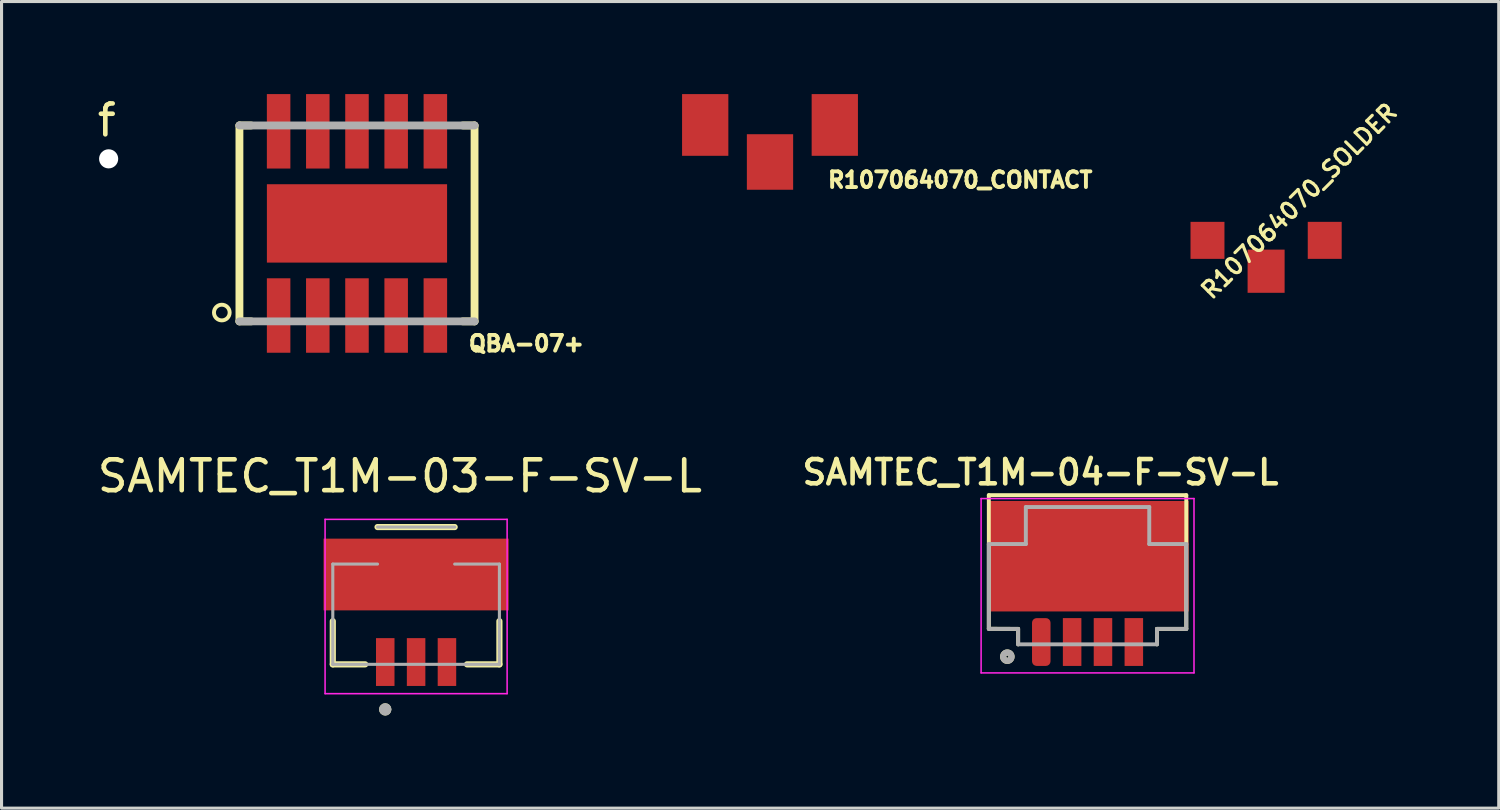
<source format=kicad_pcb>
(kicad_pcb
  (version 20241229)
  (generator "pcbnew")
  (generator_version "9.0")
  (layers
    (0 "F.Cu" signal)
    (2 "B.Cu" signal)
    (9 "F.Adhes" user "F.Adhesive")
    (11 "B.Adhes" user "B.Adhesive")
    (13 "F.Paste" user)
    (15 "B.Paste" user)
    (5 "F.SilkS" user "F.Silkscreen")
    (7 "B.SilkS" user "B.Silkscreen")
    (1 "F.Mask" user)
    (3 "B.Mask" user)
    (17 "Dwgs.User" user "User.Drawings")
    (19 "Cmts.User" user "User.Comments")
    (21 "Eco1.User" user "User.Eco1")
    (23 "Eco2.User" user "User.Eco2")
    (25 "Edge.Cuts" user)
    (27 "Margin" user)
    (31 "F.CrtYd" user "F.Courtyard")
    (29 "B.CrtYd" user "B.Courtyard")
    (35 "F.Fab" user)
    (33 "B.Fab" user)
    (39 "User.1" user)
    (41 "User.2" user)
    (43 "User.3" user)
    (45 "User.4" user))
  (footprint "QBA-07+"
    (layer "F.Cu")
    (at 8.52 4.191)
    (property "Reference" "QBA-07+" (at 3.556 4.191 0) (layer "F.SilkS") (effects (font (size 0.508 0.508) (thickness 0.127)) (justify left bottom)))
    (fp_line (start -3.81 -3.175) (end -3.81 3.175) (stroke (width 0.254) (type solid)) (layer "F.SilkS"))
    (fp_line (start -3.81 3.175) (end -3.429 3.175) (stroke (width 0.254) (type solid)) (layer "F.SilkS"))
    (fp_line (start -3.429 -3.175) (end -3.81 -3.175) (stroke (width 0.254) (type solid)) (layer "F.SilkS"))
    (fp_line (start 3.429 -3.175) (end 3.81 -3.175) (stroke (width 0.254) (type solid)) (layer "F.SilkS"))
    (fp_line (start 3.81 -3.175) (end 3.81 3.175) (stroke (width 0.254) (type solid)) (layer "F.SilkS"))
    (fp_line (start 3.81 3.175) (end 3.429 3.175) (stroke (width 0.254) (type solid)) (layer "F.SilkS"))
    (fp_circle (center -4.381 2.889) (end -4.127 2.889) (stroke (width 0.127) (type solid)) (fill no) (layer "F.SilkS"))
    (fp_line (start -3.81 -3.175) (end 3.81 -3.175) (stroke (width 0.254) (type solid)) (layer "F.Fab"))
    (fp_line (start 3.81 3.175) (end -3.81 3.175) (stroke (width 0.254) (type solid)) (layer "F.Fab"))
    (pad "1" smd rect (at -2.54 2.985) (size 0.762 2.413) (layers "F.Cu" "F.Mask" "F.Paste"))
    (pad "2" smd rect (at -1.27 2.985) (size 0.762 2.413) (layers "F.Cu" "F.Mask" "F.Paste"))
    (pad "3" smd rect (at 0 2.985) (size 0.762 2.413) (layers "F.Cu" "F.Mask" "F.Paste"))
    (pad "4" smd rect (at 1.27 2.985) (size 0.762 2.413) (layers "F.Cu" "F.Mask" "F.Paste"))
    (pad "5" smd rect (at 2.54 2.985) (size 0.762 2.413) (layers "F.Cu" "F.Mask" "F.Paste"))
    (pad "6" smd rect (at 2.54 -2.985) (size 0.762 2.413) (layers "F.Cu" "F.Mask" "F.Paste"))
    (pad "7" smd rect (at 1.27 -2.985) (size 0.762 2.413) (layers "F.Cu" "F.Mask" "F.Paste"))
    (pad "8" smd rect (at 0 -2.985) (size 0.762 2.413) (layers "F.Cu" "F.Mask" "F.Paste"))
    (pad "9" smd rect (at -1.27 -2.985) (size 0.762 2.413) (layers "F.Cu" "F.Mask" "F.Paste"))
    (pad "10" smd rect (at -2.54 -2.985) (size 0.762 2.413) (layers "F.Cu" "F.Mask" "F.Paste"))
    (pad "GND-NO-PAD" smd rect (at 0 0) (size 5.84 2.54) (layers "F.Cu")))
  (footprint "SAMTEC_T1M-03-F-SV-L"
    (layer "F.Cu")
    (at 10.436 18.407)
    (property "Reference" "SAMTEC_T1M-03-F-SV-L" (at -0.525 -6.025 0) (layer "F.SilkS") (effects (font (size 1 1) (thickness 0.15))))
    (attr through_hole)
    (fp_line (start -2.7 0.075) (end -2.7 -1.325) (stroke (width 0.2) (type solid)) (layer "F.SilkS"))
    (fp_line (start -2.7 0.075) (end -1.65 0.075) (stroke (width 0.2) (type solid)) (layer "F.SilkS"))
    (fp_line (start -1.25 -4.375) (end 1.25 -4.375) (stroke (width 0.2) (type solid)) (layer "F.SilkS"))
    (fp_line (start 2.7 0.075) (end 1.65 0.075) (stroke (width 0.2) (type solid)) (layer "F.SilkS"))
    (fp_line (start 2.7 0.075) (end 2.7 -1.325) (stroke (width 0.2) (type solid)) (layer "F.SilkS"))
    (fp_circle (center -1 1.535) (end -0.9 1.535) (stroke (width 0.2) (type solid)) (fill no) (layer "F.SilkS"))
    (fp_line (start -2.95 -4.625) (end 2.95 -4.625) (stroke (width 0.05) (type solid)) (layer "F.CrtYd"))
    (fp_line (start -2.95 1.025) (end -2.95 -4.625) (stroke (width 0.05) (type solid)) (layer "F.CrtYd"))
    (fp_line (start 2.95 -4.625) (end 2.95 1.025) (stroke (width 0.05) (type solid)) (layer "F.CrtYd"))
    (fp_line (start 2.95 1.025) (end -2.95 1.025) (stroke (width 0.05) (type solid)) (layer "F.CrtYd"))
    (fp_line (start -2.7 -3.175) (end -1.25 -3.175) (stroke (width 0.1) (type solid)) (layer "F.Fab"))
    (fp_line (start -2.7 0.075) (end -2.7 -3.175) (stroke (width 0.1) (type solid)) (layer "F.Fab"))
    (fp_line (start -2.7 0.075) (end 2.7 0.075) (stroke (width 0.1) (type solid)) (layer "F.Fab"))
    (fp_line (start -1.25 -4.375) (end 1.25 -4.375) (stroke (width 0.1) (type solid)) (layer "F.Fab"))
    (fp_line (start 2.7 -3.175) (end 1.25 -3.175) (stroke (width 0.1) (type solid)) (layer "F.Fab"))
    (fp_line (start 2.7 0.075) (end 2.7 -3.175) (stroke (width 0.1) (type solid)) (layer "F.Fab"))
    (fp_circle (center -1 1.535) (end -0.9 1.535) (stroke (width 0.2) (type solid)) (fill no) (layer "F.Fab"))
    (pad "1" smd rect (at -1 0) (size 0.6 1.55) (layers "F.Cu" "F.Mask" "F.Paste"))
    (pad "2" smd rect (at 0 0) (size 0.6 1.55) (layers "F.Cu" "F.Mask" "F.Paste"))
    (pad "3" smd rect (at 1 0) (size 0.6 1.55) (layers "F.Cu" "F.Mask" "F.Paste"))
    (pad "B" smd rect (at 0 -2.837) (size 6 2.325) (layers "F.Cu" "F.Mask" "F.Paste")))
  (footprint "R107064070_SOLDER"
    (layer "F.Cu")
    (at 37.985 4.74)
    (property "Reference" "R107064070_SOLDER" (at -2 1.8 225) (layer "F.SilkS") (effects (font (size 0.533 0.533) (thickness 0.102)) (justify left)))
    (pad "P$1" smd rect (at 0 1) (size 1.2 1.4) (layers "F.Cu" "F.Mask" "F.Paste"))
    (pad "P$2" smd rect (at -1.9 0 90) (size 1.2 1.1) (layers "F.Cu" "F.Mask" "F.Paste"))
    (pad "P$3" smd rect (at 1.9 0 90) (size 1.2 1.1) (layers "F.Cu" "F.Mask" "F.Paste"))
    (zone (net_name "") (layer "F.Cu") (hatch edge 0.508) (connect_pads) (min_thickness 0.254) (filled_areas_thickness no) (keepout (tracks not_allowed) (vias not_allowed) (pads not_allowed) (copperpour not_allowed) (footprints allowed)) (placement (enabled no)) (fill) (polygon (pts (xy 36.635 5.04) (xy 39.335 5.04) (xy 39.335 4.14) (xy 36.635 4.14))))
    (zone (net_name "") (layer "F.Cu") (hatch edge 0.508) (connect_pads) (min_thickness 0.254) (filled_areas_thickness no) (keepout (tracks not_allowed) (vias not_allowed) (pads not_allowed) (copperpour not_allowed) (footprints allowed)) (placement (enabled no)) (fill) (polygon (pts (xy 36.635 5.99) (xy 37.385 5.99) (xy 37.385 5.04) (xy 36.635 5.04))))
    (zone (net_name "") (layer "F.Cu") (hatch edge 0.508) (connect_pads) (min_thickness 0.254) (filled_areas_thickness no) (keepout (tracks not_allowed) (vias not_allowed) (pads not_allowed) (copperpour not_allowed) (footprints allowed)) (placement (enabled no)) (fill) (polygon (pts (xy 37.185 6.84) (xy 37.385 6.84) (xy 37.385 5.99) (xy 37.185 5.99))))
    (zone (net_name "") (layer "F.Cu") (hatch edge 0.508) (connect_pads) (min_thickness 0.254) (filled_areas_thickness no) (keepout (tracks not_allowed) (vias not_allowed) (pads not_allowed) (copperpour not_allowed) (footprints allowed)) (placement (enabled no)) (fill) (polygon (pts (xy 38.585 6.84) (xy 38.785 6.84) (xy 38.785 5.99) (xy 38.585 5.99))))
    (zone (net_name "") (layer "F.Cu") (hatch edge 0.508) (connect_pads) (min_thickness 0.254) (filled_areas_thickness no) (keepout (tracks not_allowed) (vias not_allowed) (pads not_allowed) (copperpour not_allowed) (footprints allowed)) (placement (enabled no)) (fill) (polygon (pts (xy 38.585 5.99) (xy 39.335 5.99) (xy 39.335 5.04) (xy 38.585 5.04)))))
  (footprint "SAMTEC_T1M-04-F-SV-L"
    (layer "F.Cu")
    (at 32.198 17.758)
    (property "Reference" "SAMTEC_T1M-04-F-SV-L" (at -1.525 -5.5 0) (layer "F.SilkS") (effects (font (size 0.787 0.787) (thickness 0.15))))
    (attr through_hole)
    (fp_rect (start -3.2 -4.521) (end 3.226 -1.041) (stroke (width 0.12) (type solid)) (fill yes) (layer "F.Mask"))
    (fp_line (start -3.2 -4.76) (end -3.2 -0.43) (stroke (width 0.127) (type solid)) (layer "F.SilkS"))
    (fp_line (start -3.2 -4.76) (end 3.2 -4.76) (stroke (width 0.127) (type solid)) (layer "F.SilkS"))
    (fp_line (start -3.2 -0.43) (end -2.25 -0.425) (stroke (width 0.127) (type solid)) (layer "F.SilkS"))
    (fp_line (start -2.25 -0.425) (end -2.25 0.075) (stroke (width 0.127) (type solid)) (layer "F.SilkS"))
    (fp_line (start 2.25 -0.425) (end 2.25 0.075) (stroke (width 0.127) (type solid)) (layer "F.SilkS"))
    (fp_line (start 3.2 -4.76) (end 3.2 -0.429) (stroke (width 0.127) (type solid)) (layer "F.SilkS"))
    (fp_line (start 3.2 -0.425) (end 2.25 -0.425) (stroke (width 0.127) (type solid)) (layer "F.SilkS"))
    (fp_circle (center -2.6 0.475) (end -2.465 0.475) (stroke (width 0.2) (type solid)) (fill no) (layer "F.SilkS"))
    (fp_rect (start -3.2 -3.95) (end -2.362 -2.146) (stroke (width 0.12) (type solid)) (fill yes) (layer "F.Paste"))
    (fp_rect (start 2.362 -3.975) (end 3.2 -2.172) (stroke (width 0.12) (type solid)) (fill yes) (layer "F.Paste"))
    (fp_line (start -3.45 -4.65) (end 3.45 -4.65) (stroke (width 0.05) (type solid)) (layer "F.CrtYd"))
    (fp_line (start -3.45 1) (end -3.45 -4.65) (stroke (width 0.05) (type solid)) (layer "F.CrtYd"))
    (fp_line (start 3.45 -4.65) (end 3.45 1) (stroke (width 0.05) (type solid)) (layer "F.CrtYd"))
    (fp_line (start 3.45 1) (end -3.45 1) (stroke (width 0.05) (type solid)) (layer "F.CrtYd"))
    (fp_line (start -3.2 -3.175) (end -2 -3.175) (stroke (width 0.127) (type solid)) (layer "F.Fab"))
    (fp_line (start -3.2 -0.425) (end -3.2 -3.175) (stroke (width 0.127) (type solid)) (layer "F.Fab"))
    (fp_line (start -2.25 -0.425) (end -3.2 -0.425) (stroke (width 0.127) (type solid)) (layer "F.Fab"))
    (fp_line (start -2.25 0.075) (end -2.25 -0.425) (stroke (width 0.127) (type solid)) (layer "F.Fab"))
    (fp_line (start -2 -4.375) (end -2 -3.175) (stroke (width 0.127) (type solid)) (layer "F.Fab"))
    (fp_line (start -2 -4.375) (end 2 -4.375) (stroke (width 0.127) (type solid)) (layer "F.Fab"))
    (fp_line (start 2 -4.375) (end 2 -3.175) (stroke (width 0.127) (type solid)) (layer "F.Fab"))
    (fp_line (start 2 -3.175) (end 3.2 -3.175) (stroke (width 0.127) (type solid)) (layer "F.Fab"))
    (fp_line (start 2.25 -0.425) (end 2.25 0.075) (stroke (width 0.127) (type solid)) (layer "F.Fab"))
    (fp_line (start 2.25 0.075) (end -2.25 0.075) (stroke (width 0.127) (type solid)) (layer "F.Fab"))
    (fp_line (start 3.2 -3.175) (end 3.2 -0.425) (stroke (width 0.127) (type solid)) (layer "F.Fab"))
    (fp_line (start 3.2 -0.425) (end 2.25 -0.425) (stroke (width 0.127) (type solid)) (layer "F.Fab"))
    (fp_circle (center -2.6 0.475) (end -2.465 0.475) (stroke (width 0.2) (type solid)) (fill no) (layer "F.Fab"))
    (pad "1" smd roundrect (at -1.5 0) (size 0.6 1.55) (layers "F.Cu" "F.Mask" "F.Paste") (roundrect_rratio 0.25))
    (pad "2" smd rect (at -0.5 0) (size 0.6 1.55) (layers "F.Cu" "F.Mask" "F.Paste"))
    (pad "3" smd rect (at 0.5 0) (size 0.6 1.55) (layers "F.Cu" "F.Mask" "F.Paste"))
    (pad "4" smd rect (at 1.5 0) (size 0.6 1.55) (layers "F.Cu" "F.Mask" "F.Paste"))
    (pad "G1" smd rect (at 0.013 -2.781) (size 6.528 3.581) (layers "F.Cu")))
  (footprint "R107064070_CONTACT"
    (layer "F.Cu")
    (at 21.906 1)
    (property "Reference" "R107064070_CONTACT" (at 1.81 2.08 0) (layer "F.SilkS") (effects (font (size 0.508 0.508) (thickness 0.127)) (justify left bottom)))
    (pad "P$1" smd rect (at 0 1.2) (size 1.5 1.8) (layers "F.Cu" "F.Mask"))
    (pad "P$2" smd rect (at -2.1 0) (size 1.5 2) (layers "F.Cu" "F.Mask"))
    (pad "P$3" smd rect (at 2.1 0) (size 1.5 2) (layers "F.Cu" "F.Mask"))
    (zone (net_name "") (layer "F.Cu") (hatch edge 0.508) (connect_pads) (min_thickness 0.254) (filled_areas_thickness no) (keepout (tracks not_allowed) (vias not_allowed) (pads not_allowed) (copperpour not_allowed) (footprints allowed)) (placement (enabled no)) (fill) (polygon (pts (xy 20.556 1.3) (xy 23.256 1.3) (xy 23.256 0) (xy 20.556 0))))
    (zone (net_name "") (layer "F.Cu") (hatch edge 0.508) (connect_pads) (min_thickness 0.254) (filled_areas_thickness no) (keepout (tracks not_allowed) (vias not_allowed) (pads not_allowed) (copperpour not_allowed) (footprints allowed)) (placement (enabled no)) (fill) (polygon (pts (xy 20.556 3.5) (xy 21.156 3.5) (xy 21.156 1.3) (xy 20.556 1.3))))
    (zone (net_name "") (layer "F.Cu") (hatch edge 0.508) (connect_pads) (min_thickness 0.254) (filled_areas_thickness no) (keepout (tracks not_allowed) (vias not_allowed) (pads not_allowed) (copperpour not_allowed) (footprints allowed)) (placement (enabled no)) (fill) (polygon (pts (xy 22.656 3.5) (xy 23.256 3.5) (xy 23.256 1.3) (xy 22.656 1.3)))))
  (footprint "f"
    (layer "F.Cu")
    (at 0.471 2.098)
    (property "Reference" "f" (at -0.06 -1.25 0) (unlocked yes) (layer "F.SilkS") (effects (font (size 1 1) (thickness 0.15))))
    (attr through_hole)
    (pad "" np_thru_hole circle (at 0 0) (size 0.62 0.62) (drill 0.62) (layers "*.Cu" "*.Mask")))
  (gr_rect
    (start -3 -3)
    (end 45.525 23.142)
    (stroke (width 0.1) (type default))
    (fill no)
    (layer "Edge.Cuts")))
</source>
